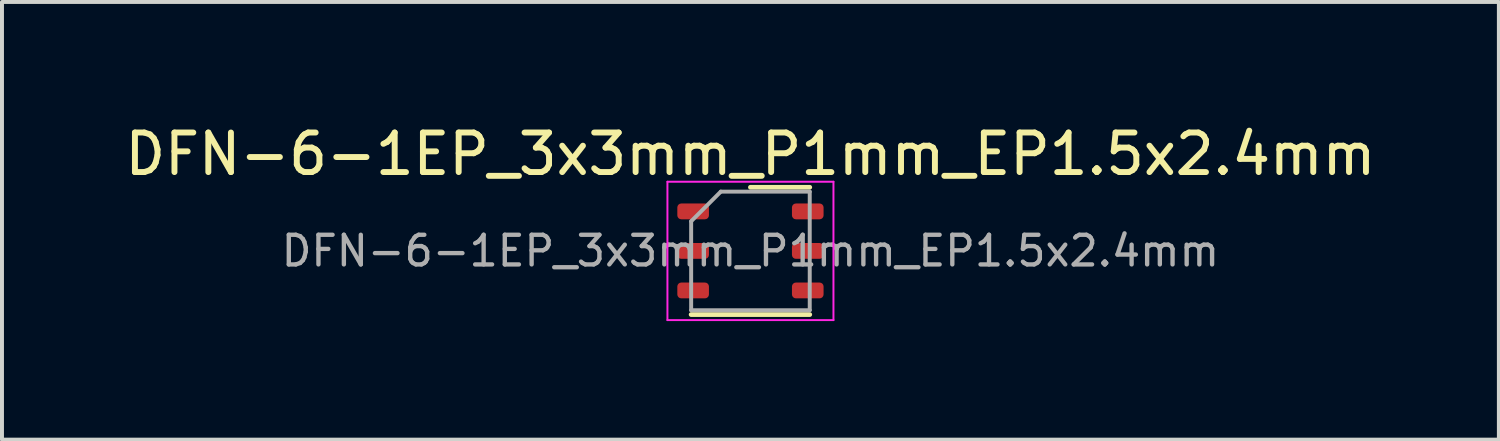
<source format=kicad_pcb>
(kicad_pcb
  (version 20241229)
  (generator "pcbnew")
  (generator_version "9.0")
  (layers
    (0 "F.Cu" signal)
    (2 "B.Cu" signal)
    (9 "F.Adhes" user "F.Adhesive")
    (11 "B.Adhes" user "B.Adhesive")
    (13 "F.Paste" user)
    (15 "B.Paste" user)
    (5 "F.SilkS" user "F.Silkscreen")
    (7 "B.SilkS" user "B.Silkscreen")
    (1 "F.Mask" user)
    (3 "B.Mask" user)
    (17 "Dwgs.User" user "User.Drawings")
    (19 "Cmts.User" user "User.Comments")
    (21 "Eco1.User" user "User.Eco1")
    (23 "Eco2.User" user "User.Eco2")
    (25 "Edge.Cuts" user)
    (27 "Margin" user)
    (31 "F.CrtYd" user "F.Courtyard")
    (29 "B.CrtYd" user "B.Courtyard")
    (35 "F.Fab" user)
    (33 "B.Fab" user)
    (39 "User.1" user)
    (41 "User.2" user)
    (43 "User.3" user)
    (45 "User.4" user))
  (footprint "DFN-6-1EP_3x3mm_P1mm_EP1.5x2.4mm"
    (layer "F.Cu")
    (at 15.935 3.298)
    (property "Reference" "DFN-6-1EP_3x3mm_P1mm_EP1.5x2.4mm" (at 0 -2.45 0) (layer "F.SilkS") (effects (font (size 1 1) (thickness 0.15))))
    (attr smd)
    (fp_line (start -1.5 1.61) (end 1.5 1.61) (stroke (width 0.12) (type solid)) (layer "F.SilkS"))
    (fp_line (start 0 -1.61) (end 1.5 -1.61) (stroke (width 0.12) (type solid)) (layer "F.SilkS"))
    (fp_line (start -2.1 -1.75) (end -2.1 1.75) (stroke (width 0.05) (type solid)) (layer "F.CrtYd"))
    (fp_line (start -2.1 1.75) (end 2.1 1.75) (stroke (width 0.05) (type solid)) (layer "F.CrtYd"))
    (fp_line (start 2.1 -1.75) (end -2.1 -1.75) (stroke (width 0.05) (type solid)) (layer "F.CrtYd"))
    (fp_line (start 2.1 1.75) (end 2.1 -1.75) (stroke (width 0.05) (type solid)) (layer "F.CrtYd"))
    (fp_line (start -1.5 -0.75) (end -0.75 -1.5) (stroke (width 0.1) (type solid)) (layer "F.Fab"))
    (fp_line (start -1.5 1.5) (end -1.5 -0.75) (stroke (width 0.1) (type solid)) (layer "F.Fab"))
    (fp_line (start -0.75 -1.5) (end 1.5 -1.5) (stroke (width 0.1) (type solid)) (layer "F.Fab"))
    (fp_line (start 1.5 -1.5) (end 1.5 1.5) (stroke (width 0.1) (type solid)) (layer "F.Fab"))
    (fp_line (start 1.5 1.5) (end -1.5 1.5) (stroke (width 0.1) (type solid)) (layer "F.Fab"))
    (fp_text user "${REFERENCE}" (at 0 0 0) (layer "F.Fab") (effects (font (size 0.75 0.75) (thickness 0.11))))
    (pad "1" smd roundrect (at -1.45 -1) (size 0.8 0.4) (layers "F.Cu" "F.Mask" "F.Paste") (roundrect_rratio 0.25))
    (pad "2" smd roundrect (at -1.45 0) (size 0.8 0.4) (layers "F.Cu" "F.Mask" "F.Paste") (roundrect_rratio 0.25))
    (pad "3" smd roundrect (at -1.45 1) (size 0.8 0.4) (layers "F.Cu" "F.Mask" "F.Paste") (roundrect_rratio 0.25))
    (pad "4" smd roundrect (at 1.45 1) (size 0.8 0.4) (layers "F.Cu" "F.Mask" "F.Paste") (roundrect_rratio 0.25))
    (pad "5" smd roundrect (at 1.45 0) (size 0.8 0.4) (layers "F.Cu" "F.Mask" "F.Paste") (roundrect_rratio 0.25))
    (pad "6" smd roundrect (at 1.45 -1) (size 0.8 0.4) (layers "F.Cu" "F.Mask" "F.Paste") (roundrect_rratio 0.25)))
  (gr_rect
    (start -3 -3)
    (end 34.869 8.073)
    (stroke (width 0.1) (type default))
    (fill no)
    (layer "Edge.Cuts")))
</source>
